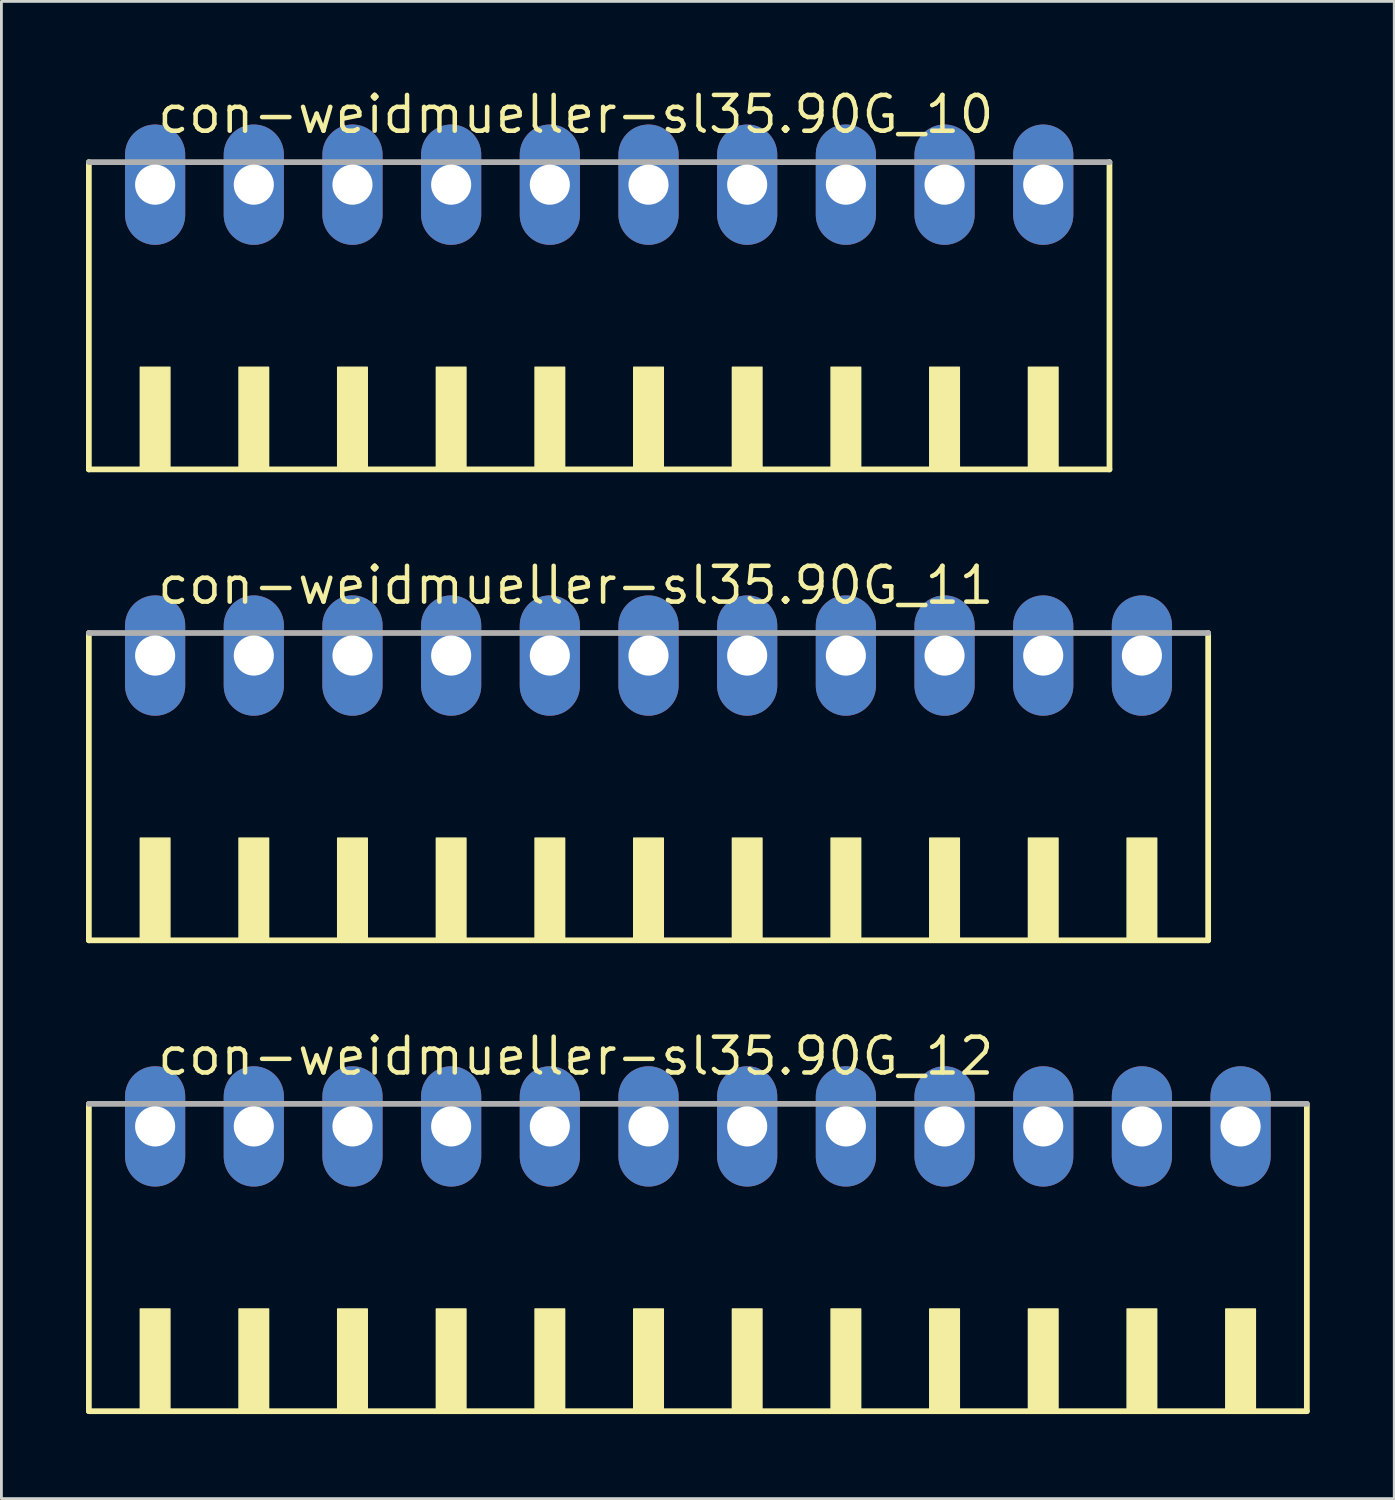
<source format=kicad_pcb>
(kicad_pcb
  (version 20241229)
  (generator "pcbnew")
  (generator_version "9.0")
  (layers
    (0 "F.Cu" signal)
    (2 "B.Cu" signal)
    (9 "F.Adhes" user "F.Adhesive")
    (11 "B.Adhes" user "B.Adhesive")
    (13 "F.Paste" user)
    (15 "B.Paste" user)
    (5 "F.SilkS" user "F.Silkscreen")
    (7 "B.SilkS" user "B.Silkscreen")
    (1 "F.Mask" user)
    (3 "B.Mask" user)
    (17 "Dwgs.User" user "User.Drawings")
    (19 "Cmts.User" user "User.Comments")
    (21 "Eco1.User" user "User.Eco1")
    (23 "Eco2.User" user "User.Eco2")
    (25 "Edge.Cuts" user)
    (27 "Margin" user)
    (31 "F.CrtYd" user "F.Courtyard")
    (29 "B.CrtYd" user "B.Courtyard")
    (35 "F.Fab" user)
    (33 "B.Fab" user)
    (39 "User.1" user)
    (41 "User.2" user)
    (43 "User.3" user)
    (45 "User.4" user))
  (footprint "con-weidmueller-sl35.90G_11"
    (layer "F.Cu")
    (at 19.952 25.452)
    (property "Reference" "con-weidmueller-sl35.90G_11" (at -17.5 -7 0) (layer "F.SilkS") (effects (font (size 1.27 1.27) (thickness 0.16)) (justify left bottom)))
    (attr through_hole)
    (fp_line (start -19.85 -6.05) (end -19.85 4.85) (stroke (width 0.203) (type default)) (layer "F.SilkS"))
    (fp_line (start -19.85 4.85) (end 19.85 4.85) (stroke (width 0.203) (type default)) (layer "F.SilkS"))
    (fp_line (start 19.85 4.85) (end 19.85 -6.05) (stroke (width 0.203) (type default)) (layer "F.SilkS"))
    (fp_rect (start -18.025 4.9) (end -16.975 1.225) (stroke (width 0.05) (type default)) (fill yes) (layer "F.SilkS"))
    (fp_rect (start -14.525 4.9) (end -13.475 1.225) (stroke (width 0.05) (type default)) (fill yes) (layer "F.SilkS"))
    (fp_rect (start -11.025 4.9) (end -9.975 1.225) (stroke (width 0.05) (type default)) (fill yes) (layer "F.SilkS"))
    (fp_rect (start -7.525 4.9) (end -6.475 1.225) (stroke (width 0.05) (type default)) (fill yes) (layer "F.SilkS"))
    (fp_rect (start -4.025 4.9) (end -2.975 1.225) (stroke (width 0.05) (type default)) (fill yes) (layer "F.SilkS"))
    (fp_rect (start -0.525 4.9) (end 0.525 1.225) (stroke (width 0.05) (type default)) (fill yes) (layer "F.SilkS"))
    (fp_rect (start 2.975 4.9) (end 4.025 1.225) (stroke (width 0.05) (type default)) (fill yes) (layer "F.SilkS"))
    (fp_rect (start 6.475 4.9) (end 7.525 1.225) (stroke (width 0.05) (type default)) (fill yes) (layer "F.SilkS"))
    (fp_rect (start 9.975 4.9) (end 11.025 1.225) (stroke (width 0.05) (type default)) (fill yes) (layer "F.SilkS"))
    (fp_rect (start 13.475 4.9) (end 14.525 1.225) (stroke (width 0.05) (type default)) (fill yes) (layer "F.SilkS"))
    (fp_rect (start 16.975 4.9) (end 18.025 1.225) (stroke (width 0.05) (type default)) (fill yes) (layer "F.SilkS"))
    (fp_line (start 19.85 -6.05) (end -19.85 -6.05) (stroke (width 0.203) (type default)) (layer "F.Fab"))
    (pad "1" thru_hole oval (at -17.5 -5.25 90) (size 4.267 2.134) (drill 1.422) (layers "*.Cu" "*.Mask"))
    (pad "2" thru_hole oval (at -14 -5.25 90) (size 4.267 2.134) (drill 1.422) (layers "*.Cu" "*.Mask"))
    (pad "3" thru_hole oval (at -10.5 -5.25 90) (size 4.267 2.134) (drill 1.422) (layers "*.Cu" "*.Mask"))
    (pad "4" thru_hole oval (at -7 -5.25 90) (size 4.267 2.134) (drill 1.422) (layers "*.Cu" "*.Mask"))
    (pad "5" thru_hole oval (at -3.5 -5.25 90) (size 4.267 2.134) (drill 1.422) (layers "*.Cu" "*.Mask"))
    (pad "6" thru_hole oval (at 0 -5.25 90) (size 4.267 2.134) (drill 1.422) (layers "*.Cu" "*.Mask"))
    (pad "7" thru_hole oval (at 3.5 -5.25 90) (size 4.267 2.134) (drill 1.422) (layers "*.Cu" "*.Mask"))
    (pad "8" thru_hole oval (at 7 -5.25 90) (size 4.267 2.134) (drill 1.422) (layers "*.Cu" "*.Mask"))
    (pad "9" thru_hole oval (at 10.5 -5.25 90) (size 4.267 2.134) (drill 1.422) (layers "*.Cu" "*.Mask"))
    (pad "10" thru_hole oval (at 14 -5.25 90) (size 4.267 2.134) (drill 1.422) (layers "*.Cu" "*.Mask"))
    (pad "11" thru_hole oval (at 17.5 -5.25 90) (size 4.267 2.134) (drill 1.422) (layers "*.Cu" "*.Mask")))
  (footprint "con-weidmueller-sl35.90G_10"
    (layer "F.Cu")
    (at 18.202 8.75)
    (property "Reference" "con-weidmueller-sl35.90G_10" (at -15.75 -7 0) (layer "F.SilkS") (effects (font (size 1.27 1.27) (thickness 0.16)) (justify left bottom)))
    (attr through_hole)
    (fp_line (start -18.1 -6.05) (end -18.1 4.85) (stroke (width 0.203) (type default)) (layer "F.SilkS"))
    (fp_line (start -18.1 4.85) (end 18.1 4.85) (stroke (width 0.203) (type default)) (layer "F.SilkS"))
    (fp_line (start 18.1 4.85) (end 18.1 -6.05) (stroke (width 0.203) (type default)) (layer "F.SilkS"))
    (fp_rect (start -16.275 4.9) (end -15.225 1.225) (stroke (width 0.05) (type default)) (fill yes) (layer "F.SilkS"))
    (fp_rect (start -12.775 4.9) (end -11.725 1.225) (stroke (width 0.05) (type default)) (fill yes) (layer "F.SilkS"))
    (fp_rect (start -9.275 4.9) (end -8.225 1.225) (stroke (width 0.05) (type default)) (fill yes) (layer "F.SilkS"))
    (fp_rect (start -5.775 4.9) (end -4.725 1.225) (stroke (width 0.05) (type default)) (fill yes) (layer "F.SilkS"))
    (fp_rect (start -2.275 4.9) (end -1.225 1.225) (stroke (width 0.05) (type default)) (fill yes) (layer "F.SilkS"))
    (fp_rect (start 1.225 4.9) (end 2.275 1.225) (stroke (width 0.05) (type default)) (fill yes) (layer "F.SilkS"))
    (fp_rect (start 4.725 4.9) (end 5.775 1.225) (stroke (width 0.05) (type default)) (fill yes) (layer "F.SilkS"))
    (fp_rect (start 8.225 4.9) (end 9.275 1.225) (stroke (width 0.05) (type default)) (fill yes) (layer "F.SilkS"))
    (fp_rect (start 11.725 4.9) (end 12.775 1.225) (stroke (width 0.05) (type default)) (fill yes) (layer "F.SilkS"))
    (fp_rect (start 15.225 4.9) (end 16.275 1.225) (stroke (width 0.05) (type default)) (fill yes) (layer "F.SilkS"))
    (fp_line (start 18.1 -6.05) (end -18.1 -6.05) (stroke (width 0.203) (type default)) (layer "F.Fab"))
    (pad "1" thru_hole oval (at -15.75 -5.25 90) (size 4.267 2.134) (drill 1.422) (layers "*.Cu" "*.Mask"))
    (pad "2" thru_hole oval (at -12.25 -5.25 90) (size 4.267 2.134) (drill 1.422) (layers "*.Cu" "*.Mask"))
    (pad "3" thru_hole oval (at -8.75 -5.25 90) (size 4.267 2.134) (drill 1.422) (layers "*.Cu" "*.Mask"))
    (pad "4" thru_hole oval (at -5.25 -5.25 90) (size 4.267 2.134) (drill 1.422) (layers "*.Cu" "*.Mask"))
    (pad "5" thru_hole oval (at -1.75 -5.25 90) (size 4.267 2.134) (drill 1.422) (layers "*.Cu" "*.Mask"))
    (pad "6" thru_hole oval (at 1.75 -5.25 90) (size 4.267 2.134) (drill 1.422) (layers "*.Cu" "*.Mask"))
    (pad "7" thru_hole oval (at 5.25 -5.25 90) (size 4.267 2.134) (drill 1.422) (layers "*.Cu" "*.Mask"))
    (pad "8" thru_hole oval (at 8.75 -5.25 90) (size 4.267 2.134) (drill 1.422) (layers "*.Cu" "*.Mask"))
    (pad "9" thru_hole oval (at 12.25 -5.25 90) (size 4.267 2.134) (drill 1.422) (layers "*.Cu" "*.Mask"))
    (pad "10" thru_hole oval (at 15.75 -5.25 90) (size 4.267 2.134) (drill 1.422) (layers "*.Cu" "*.Mask")))
  (footprint "con-weidmueller-sl35.90G_12"
    (layer "F.Cu")
    (at 21.702 42.153)
    (property "Reference" "con-weidmueller-sl35.90G_12" (at -19.25 -7 0) (layer "F.SilkS") (effects (font (size 1.27 1.27) (thickness 0.16)) (justify left bottom)))
    (attr through_hole)
    (fp_line (start -21.6 -6.05) (end -21.6 4.85) (stroke (width 0.203) (type default)) (layer "F.SilkS"))
    (fp_line (start -21.6 4.85) (end 21.6 4.85) (stroke (width 0.203) (type default)) (layer "F.SilkS"))
    (fp_line (start 21.6 4.85) (end 21.6 -6.05) (stroke (width 0.203) (type default)) (layer "F.SilkS"))
    (fp_rect (start -19.775 4.9) (end -18.725 1.225) (stroke (width 0.05) (type default)) (fill yes) (layer "F.SilkS"))
    (fp_rect (start -16.275 4.9) (end -15.225 1.225) (stroke (width 0.05) (type default)) (fill yes) (layer "F.SilkS"))
    (fp_rect (start -12.775 4.9) (end -11.725 1.225) (stroke (width 0.05) (type default)) (fill yes) (layer "F.SilkS"))
    (fp_rect (start -9.275 4.9) (end -8.225 1.225) (stroke (width 0.05) (type default)) (fill yes) (layer "F.SilkS"))
    (fp_rect (start -5.775 4.9) (end -4.725 1.225) (stroke (width 0.05) (type default)) (fill yes) (layer "F.SilkS"))
    (fp_rect (start -2.275 4.9) (end -1.225 1.225) (stroke (width 0.05) (type default)) (fill yes) (layer "F.SilkS"))
    (fp_rect (start 1.225 4.9) (end 2.275 1.225) (stroke (width 0.05) (type default)) (fill yes) (layer "F.SilkS"))
    (fp_rect (start 4.725 4.9) (end 5.775 1.225) (stroke (width 0.05) (type default)) (fill yes) (layer "F.SilkS"))
    (fp_rect (start 8.225 4.9) (end 9.275 1.225) (stroke (width 0.05) (type default)) (fill yes) (layer "F.SilkS"))
    (fp_rect (start 11.725 4.9) (end 12.775 1.225) (stroke (width 0.05) (type default)) (fill yes) (layer "F.SilkS"))
    (fp_rect (start 15.225 4.9) (end 16.275 1.225) (stroke (width 0.05) (type default)) (fill yes) (layer "F.SilkS"))
    (fp_rect (start 18.725 4.9) (end 19.775 1.225) (stroke (width 0.05) (type default)) (fill yes) (layer "F.SilkS"))
    (fp_line (start 21.6 -6.05) (end -21.6 -6.05) (stroke (width 0.203) (type default)) (layer "F.Fab"))
    (pad "1" thru_hole oval (at -19.25 -5.25 90) (size 4.267 2.134) (drill 1.422) (layers "*.Cu" "*.Mask"))
    (pad "2" thru_hole oval (at -15.75 -5.25 90) (size 4.267 2.134) (drill 1.422) (layers "*.Cu" "*.Mask"))
    (pad "3" thru_hole oval (at -12.25 -5.25 90) (size 4.267 2.134) (drill 1.422) (layers "*.Cu" "*.Mask"))
    (pad "4" thru_hole oval (at -8.75 -5.25 90) (size 4.267 2.134) (drill 1.422) (layers "*.Cu" "*.Mask"))
    (pad "5" thru_hole oval (at -5.25 -5.25 90) (size 4.267 2.134) (drill 1.422) (layers "*.Cu" "*.Mask"))
    (pad "6" thru_hole oval (at -1.75 -5.25 90) (size 4.267 2.134) (drill 1.422) (layers "*.Cu" "*.Mask"))
    (pad "7" thru_hole oval (at 1.75 -5.25 90) (size 4.267 2.134) (drill 1.422) (layers "*.Cu" "*.Mask"))
    (pad "8" thru_hole oval (at 5.25 -5.25 90) (size 4.267 2.134) (drill 1.422) (layers "*.Cu" "*.Mask"))
    (pad "9" thru_hole oval (at 8.75 -5.25 90) (size 4.267 2.134) (drill 1.422) (layers "*.Cu" "*.Mask"))
    (pad "10" thru_hole oval (at 12.25 -5.25 90) (size 4.267 2.134) (drill 1.422) (layers "*.Cu" "*.Mask"))
    (pad "11" thru_hole oval (at 15.75 -5.25 90) (size 4.267 2.134) (drill 1.422) (layers "*.Cu" "*.Mask"))
    (pad "12" thru_hole oval (at 19.25 -5.25 90) (size 4.267 2.134) (drill 1.422) (layers "*.Cu" "*.Mask")))
  (gr_rect
    (start -3 -3)
    (end 46.403 50.105)
    (stroke (width 0.1) (type default))
    (fill no)
    (layer "Edge.Cuts")))
</source>
